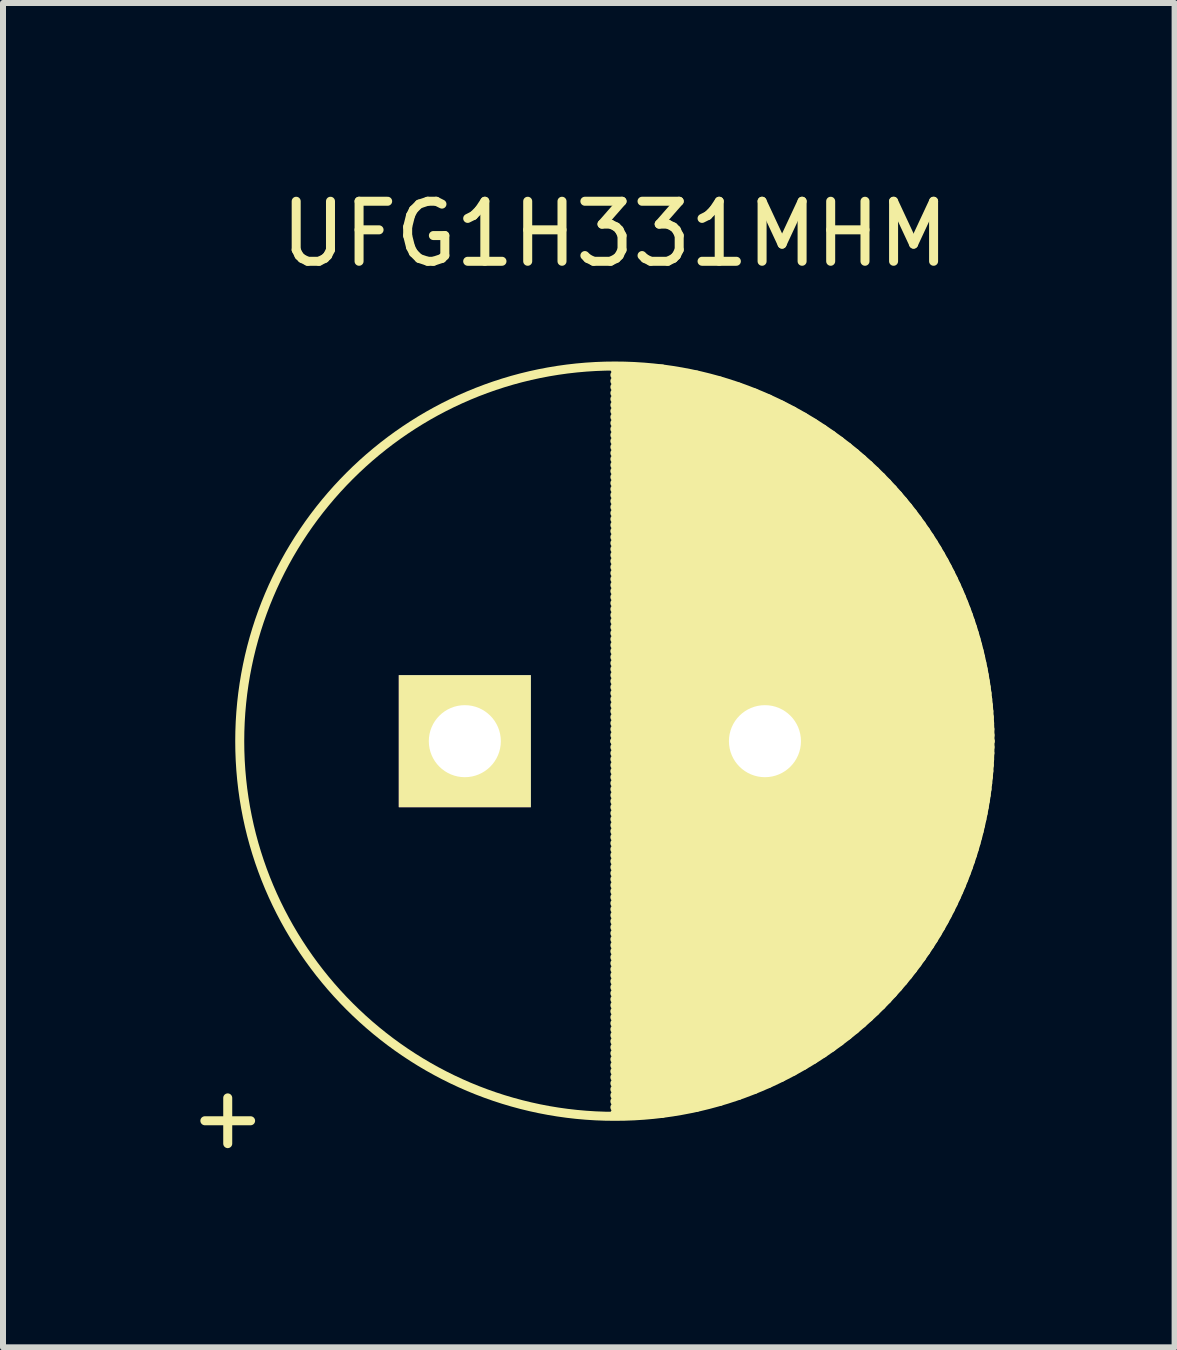
<source format=kicad_pcb>
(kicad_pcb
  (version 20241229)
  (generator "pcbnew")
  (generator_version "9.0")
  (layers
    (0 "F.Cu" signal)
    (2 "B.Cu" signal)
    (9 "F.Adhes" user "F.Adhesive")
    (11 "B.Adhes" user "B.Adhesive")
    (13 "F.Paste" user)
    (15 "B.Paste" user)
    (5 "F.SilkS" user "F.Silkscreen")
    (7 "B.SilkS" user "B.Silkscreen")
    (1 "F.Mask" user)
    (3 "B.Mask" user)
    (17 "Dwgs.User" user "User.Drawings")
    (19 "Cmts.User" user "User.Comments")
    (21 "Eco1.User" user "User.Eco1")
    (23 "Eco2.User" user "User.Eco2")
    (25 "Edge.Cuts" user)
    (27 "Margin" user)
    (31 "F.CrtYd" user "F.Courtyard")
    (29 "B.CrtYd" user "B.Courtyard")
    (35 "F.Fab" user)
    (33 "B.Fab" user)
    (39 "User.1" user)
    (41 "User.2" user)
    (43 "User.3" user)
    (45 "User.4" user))
  (footprint "UFG1H331MHM"
    (layer "F.Cu")
    (at 4.694 9.298)
    (property "Reference" "UFG1H331MHM" (at 2.5 -8.45 0) (layer "F.SilkS") (effects (font (size 1 1) (thickness 0.15))))
    (attr through_hole)
    (fp_line (start 2.5 -6.2) (end 3.289 -6.2) (stroke (width 0.15) (type solid)) (layer "F.SilkS"))
    (fp_line (start 2.5 -6.1) (end 3.861 -6.1) (stroke (width 0.15) (type solid)) (layer "F.SilkS"))
    (fp_line (start 2.5 -6) (end 4.25 -6) (stroke (width 0.15) (type solid)) (layer "F.SilkS"))
    (fp_line (start 2.5 -5.9) (end 4.562 -5.9) (stroke (width 0.15) (type solid)) (layer "F.SilkS"))
    (fp_line (start 2.5 -5.8) (end 4.829 -5.8) (stroke (width 0.15) (type solid)) (layer "F.SilkS"))
    (fp_line (start 2.5 -5.7) (end 5.064 -5.7) (stroke (width 0.15) (type solid)) (layer "F.SilkS"))
    (fp_line (start 2.5 -5.6) (end 5.275 -5.6) (stroke (width 0.15) (type solid)) (layer "F.SilkS"))
    (fp_line (start 2.5 -5.5) (end 5.469 -5.5) (stroke (width 0.15) (type solid)) (layer "F.SilkS"))
    (fp_line (start 2.5 -5.4) (end 5.647 -5.4) (stroke (width 0.15) (type solid)) (layer "F.SilkS"))
    (fp_line (start 2.5 -5.3) (end 5.812 -5.3) (stroke (width 0.15) (type solid)) (layer "F.SilkS"))
    (fp_line (start 2.5 -5.2) (end 5.967 -5.2) (stroke (width 0.15) (type solid)) (layer "F.SilkS"))
    (fp_line (start 2.5 -5.1) (end 6.113 -5.1) (stroke (width 0.15) (type solid)) (layer "F.SilkS"))
    (fp_line (start 2.5 -5) (end 6.25 -5) (stroke (width 0.15) (type solid)) (layer "F.SilkS"))
    (fp_line (start 2.5 -4.9) (end 6.38 -4.9) (stroke (width 0.15) (type solid)) (layer "F.SilkS"))
    (fp_line (start 2.5 -4.8) (end 6.503 -4.8) (stroke (width 0.15) (type solid)) (layer "F.SilkS"))
    (fp_line (start 2.5 -4.7) (end 6.62 -4.7) (stroke (width 0.15) (type solid)) (layer "F.SilkS"))
    (fp_line (start 2.5 -4.6) (end 6.731 -4.6) (stroke (width 0.15) (type solid)) (layer "F.SilkS"))
    (fp_line (start 2.5 -4.5) (end 6.837 -4.5) (stroke (width 0.15) (type solid)) (layer "F.SilkS"))
    (fp_line (start 2.5 -4.4) (end 6.939 -4.4) (stroke (width 0.15) (type solid)) (layer "F.SilkS"))
    (fp_line (start 2.5 -4.3) (end 7.036 -4.3) (stroke (width 0.15) (type solid)) (layer "F.SilkS"))
    (fp_line (start 2.5 -4.2) (end 7.128 -4.2) (stroke (width 0.15) (type solid)) (layer "F.SilkS"))
    (fp_line (start 2.5 -4.1) (end 7.217 -4.1) (stroke (width 0.15) (type solid)) (layer "F.SilkS"))
    (fp_line (start 2.5 -4) (end 7.302 -4) (stroke (width 0.15) (type solid)) (layer "F.SilkS"))
    (fp_line (start 2.5 -3.9) (end 7.384 -3.9) (stroke (width 0.15) (type solid)) (layer "F.SilkS"))
    (fp_line (start 2.5 -3.8) (end 7.462 -3.8) (stroke (width 0.15) (type solid)) (layer "F.SilkS"))
    (fp_line (start 2.5 -3.7) (end 7.537 -3.7) (stroke (width 0.15) (type solid)) (layer "F.SilkS"))
    (fp_line (start 2.5 -3.6) (end 7.609 -3.6) (stroke (width 0.15) (type solid)) (layer "F.SilkS"))
    (fp_line (start 2.5 -3.5) (end 7.678 -3.5) (stroke (width 0.15) (type solid)) (layer "F.SilkS"))
    (fp_line (start 2.5 -3.4) (end 7.744 -3.4) (stroke (width 0.15) (type solid)) (layer "F.SilkS"))
    (fp_line (start 2.5 -3.3) (end 7.808 -3.3) (stroke (width 0.15) (type solid)) (layer "F.SilkS"))
    (fp_line (start 2.5 -3.2) (end 7.869 -3.2) (stroke (width 0.15) (type solid)) (layer "F.SilkS"))
    (fp_line (start 2.5 -3.1) (end 7.927 -3.1) (stroke (width 0.15) (type solid)) (layer "F.SilkS"))
    (fp_line (start 2.5 -3) (end 7.983 -3) (stroke (width 0.15) (type solid)) (layer "F.SilkS"))
    (fp_line (start 2.5 -2.9) (end 8.036 -2.9) (stroke (width 0.15) (type solid)) (layer "F.SilkS"))
    (fp_line (start 2.5 -2.8) (end 8.088 -2.8) (stroke (width 0.15) (type solid)) (layer "F.SilkS"))
    (fp_line (start 2.5 -2.7) (end 8.137 -2.7) (stroke (width 0.15) (type solid)) (layer "F.SilkS"))
    (fp_line (start 2.5 -2.6) (end 8.184 -2.6) (stroke (width 0.15) (type solid)) (layer "F.SilkS"))
    (fp_line (start 2.5 -2.5) (end 8.228 -2.5) (stroke (width 0.15) (type solid)) (layer "F.SilkS"))
    (fp_line (start 2.5 -2.4) (end 8.271 -2.4) (stroke (width 0.15) (type solid)) (layer "F.SilkS"))
    (fp_line (start 2.5 -2.3) (end 8.311 -2.3) (stroke (width 0.15) (type solid)) (layer "F.SilkS"))
    (fp_line (start 2.5 -2.2) (end 8.35 -2.2) (stroke (width 0.15) (type solid)) (layer "F.SilkS"))
    (fp_line (start 2.5 -2.1) (end 8.387 -2.1) (stroke (width 0.15) (type solid)) (layer "F.SilkS"))
    (fp_line (start 2.5 -2) (end 8.421 -2) (stroke (width 0.15) (type solid)) (layer "F.SilkS"))
    (fp_line (start 2.5 -1.9) (end 8.454 -1.9) (stroke (width 0.15) (type solid)) (layer "F.SilkS"))
    (fp_line (start 2.5 -1.8) (end 8.485 -1.8) (stroke (width 0.15) (type solid)) (layer "F.SilkS"))
    (fp_line (start 2.5 -1.7) (end 8.514 -1.7) (stroke (width 0.15) (type solid)) (layer "F.SilkS"))
    (fp_line (start 2.5 -1.6) (end 8.542 -1.6) (stroke (width 0.15) (type solid)) (layer "F.SilkS"))
    (fp_line (start 2.5 -1.5) (end 8.567 -1.5) (stroke (width 0.15) (type solid)) (layer "F.SilkS"))
    (fp_line (start 2.5 -1.4) (end 8.591 -1.4) (stroke (width 0.15) (type solid)) (layer "F.SilkS"))
    (fp_line (start 2.5 -1.3) (end 8.613 -1.3) (stroke (width 0.15) (type solid)) (layer "F.SilkS"))
    (fp_line (start 2.5 -1.2) (end 8.634 -1.2) (stroke (width 0.15) (type solid)) (layer "F.SilkS"))
    (fp_line (start 2.5 -1.1) (end 8.652 -1.1) (stroke (width 0.15) (type solid)) (layer "F.SilkS"))
    (fp_line (start 2.5 -1) (end 8.669 -1) (stroke (width 0.15) (type solid)) (layer "F.SilkS"))
    (fp_line (start 2.5 -0.9) (end 8.685 -0.9) (stroke (width 0.15) (type solid)) (layer "F.SilkS"))
    (fp_line (start 2.5 -0.8) (end 8.699 -0.8) (stroke (width 0.15) (type solid)) (layer "F.SilkS"))
    (fp_line (start 2.5 -0.7) (end 8.711 -0.7) (stroke (width 0.15) (type solid)) (layer "F.SilkS"))
    (fp_line (start 2.5 -0.6) (end 8.721 -0.6) (stroke (width 0.15) (type solid)) (layer "F.SilkS"))
    (fp_line (start 2.5 -0.5) (end 8.73 -0.5) (stroke (width 0.15) (type solid)) (layer "F.SilkS"))
    (fp_line (start 2.5 -0.4) (end 8.737 -0.4) (stroke (width 0.15) (type solid)) (layer "F.SilkS"))
    (fp_line (start 2.5 -0.3) (end 8.743 -0.3) (stroke (width 0.15) (type solid)) (layer "F.SilkS"))
    (fp_line (start 2.5 -0.2) (end 8.747 -0.2) (stroke (width 0.15) (type solid)) (layer "F.SilkS"))
    (fp_line (start 2.5 -0.1) (end 8.749 -0.1) (stroke (width 0.15) (type solid)) (layer "F.SilkS"))
    (fp_line (start 2.5 0) (end 8.75 0) (stroke (width 0.15) (type solid)) (layer "F.SilkS"))
    (fp_line (start 2.5 0) (end 8.75 0) (stroke (width 0.15) (type solid)) (layer "F.SilkS"))
    (fp_line (start 2.5 0.1) (end 8.749 0.1) (stroke (width 0.15) (type solid)) (layer "F.SilkS"))
    (fp_line (start 2.5 0.2) (end 8.747 0.2) (stroke (width 0.15) (type solid)) (layer "F.SilkS"))
    (fp_line (start 2.5 0.3) (end 8.743 0.3) (stroke (width 0.15) (type solid)) (layer "F.SilkS"))
    (fp_line (start 2.5 0.4) (end 8.737 0.4) (stroke (width 0.15) (type solid)) (layer "F.SilkS"))
    (fp_line (start 2.5 0.5) (end 8.73 0.5) (stroke (width 0.15) (type solid)) (layer "F.SilkS"))
    (fp_line (start 2.5 0.6) (end 8.721 0.6) (stroke (width 0.15) (type solid)) (layer "F.SilkS"))
    (fp_line (start 2.5 0.7) (end 8.711 0.7) (stroke (width 0.15) (type solid)) (layer "F.SilkS"))
    (fp_line (start 2.5 0.8) (end 8.699 0.8) (stroke (width 0.15) (type solid)) (layer "F.SilkS"))
    (fp_line (start 2.5 0.9) (end 8.685 0.9) (stroke (width 0.15) (type solid)) (layer "F.SilkS"))
    (fp_line (start 2.5 1) (end 8.669 1) (stroke (width 0.15) (type solid)) (layer "F.SilkS"))
    (fp_line (start 2.5 1.1) (end 8.652 1.1) (stroke (width 0.15) (type solid)) (layer "F.SilkS"))
    (fp_line (start 2.5 1.2) (end 8.634 1.2) (stroke (width 0.15) (type solid)) (layer "F.SilkS"))
    (fp_line (start 2.5 1.3) (end 8.613 1.3) (stroke (width 0.15) (type solid)) (layer "F.SilkS"))
    (fp_line (start 2.5 1.4) (end 8.591 1.4) (stroke (width 0.15) (type solid)) (layer "F.SilkS"))
    (fp_line (start 2.5 1.5) (end 8.567 1.5) (stroke (width 0.15) (type solid)) (layer "F.SilkS"))
    (fp_line (start 2.5 1.6) (end 8.542 1.6) (stroke (width 0.15) (type solid)) (layer "F.SilkS"))
    (fp_line (start 2.5 1.7) (end 8.514 1.7) (stroke (width 0.15) (type solid)) (layer "F.SilkS"))
    (fp_line (start 2.5 1.8) (end 8.485 1.8) (stroke (width 0.15) (type solid)) (layer "F.SilkS"))
    (fp_line (start 2.5 1.9) (end 8.454 1.9) (stroke (width 0.15) (type solid)) (layer "F.SilkS"))
    (fp_line (start 2.5 2) (end 8.421 2) (stroke (width 0.15) (type solid)) (layer "F.SilkS"))
    (fp_line (start 2.5 2.1) (end 8.387 2.1) (stroke (width 0.15) (type solid)) (layer "F.SilkS"))
    (fp_line (start 2.5 2.2) (end 8.35 2.2) (stroke (width 0.15) (type solid)) (layer "F.SilkS"))
    (fp_line (start 2.5 2.3) (end 8.311 2.3) (stroke (width 0.15) (type solid)) (layer "F.SilkS"))
    (fp_line (start 2.5 2.4) (end 8.271 2.4) (stroke (width 0.15) (type solid)) (layer "F.SilkS"))
    (fp_line (start 2.5 2.5) (end 8.228 2.5) (stroke (width 0.15) (type solid)) (layer "F.SilkS"))
    (fp_line (start 2.5 2.6) (end 8.184 2.6) (stroke (width 0.15) (type solid)) (layer "F.SilkS"))
    (fp_line (start 2.5 2.7) (end 8.137 2.7) (stroke (width 0.15) (type solid)) (layer "F.SilkS"))
    (fp_line (start 2.5 2.8) (end 8.088 2.8) (stroke (width 0.15) (type solid)) (layer "F.SilkS"))
    (fp_line (start 2.5 2.9) (end 8.036 2.9) (stroke (width 0.15) (type solid)) (layer "F.SilkS"))
    (fp_line (start 2.5 3) (end 7.983 3) (stroke (width 0.15) (type solid)) (layer "F.SilkS"))
    (fp_line (start 2.5 3.1) (end 7.927 3.1) (stroke (width 0.15) (type solid)) (layer "F.SilkS"))
    (fp_line (start 2.5 3.2) (end 7.869 3.2) (stroke (width 0.15) (type solid)) (layer "F.SilkS"))
    (fp_line (start 2.5 3.3) (end 7.808 3.3) (stroke (width 0.15) (type solid)) (layer "F.SilkS"))
    (fp_line (start 2.5 3.4) (end 7.744 3.4) (stroke (width 0.15) (type solid)) (layer "F.SilkS"))
    (fp_line (start 2.5 3.5) (end 7.678 3.5) (stroke (width 0.15) (type solid)) (layer "F.SilkS"))
    (fp_line (start 2.5 3.6) (end 7.609 3.6) (stroke (width 0.15) (type solid)) (layer "F.SilkS"))
    (fp_line (start 2.5 3.7) (end 7.537 3.7) (stroke (width 0.15) (type solid)) (layer "F.SilkS"))
    (fp_line (start 2.5 3.8) (end 7.462 3.8) (stroke (width 0.15) (type solid)) (layer "F.SilkS"))
    (fp_line (start 2.5 3.9) (end 7.384 3.9) (stroke (width 0.15) (type solid)) (layer "F.SilkS"))
    (fp_line (start 2.5 4) (end 7.302 4) (stroke (width 0.15) (type solid)) (layer "F.SilkS"))
    (fp_line (start 2.5 4.1) (end 7.217 4.1) (stroke (width 0.15) (type solid)) (layer "F.SilkS"))
    (fp_line (start 2.5 4.2) (end 7.128 4.2) (stroke (width 0.15) (type solid)) (layer "F.SilkS"))
    (fp_line (start 2.5 4.3) (end 7.036 4.3) (stroke (width 0.15) (type solid)) (layer "F.SilkS"))
    (fp_line (start 2.5 4.4) (end 6.939 4.4) (stroke (width 0.15) (type solid)) (layer "F.SilkS"))
    (fp_line (start 2.5 4.5) (end 6.837 4.5) (stroke (width 0.15) (type solid)) (layer "F.SilkS"))
    (fp_line (start 2.5 4.6) (end 6.731 4.6) (stroke (width 0.15) (type solid)) (layer "F.SilkS"))
    (fp_line (start 2.5 4.7) (end 6.62 4.7) (stroke (width 0.15) (type solid)) (layer "F.SilkS"))
    (fp_line (start 2.5 4.8) (end 6.503 4.8) (stroke (width 0.15) (type solid)) (layer "F.SilkS"))
    (fp_line (start 2.5 4.9) (end 6.38 4.9) (stroke (width 0.15) (type solid)) (layer "F.SilkS"))
    (fp_line (start 2.5 5) (end 6.25 5) (stroke (width 0.15) (type solid)) (layer "F.SilkS"))
    (fp_line (start 2.5 5.1) (end 6.113 5.1) (stroke (width 0.15) (type solid)) (layer "F.SilkS"))
    (fp_line (start 2.5 5.2) (end 5.967 5.2) (stroke (width 0.15) (type solid)) (layer "F.SilkS"))
    (fp_line (start 2.5 5.3) (end 5.812 5.3) (stroke (width 0.15) (type solid)) (layer "F.SilkS"))
    (fp_line (start 2.5 5.4) (end 5.647 5.4) (stroke (width 0.15) (type solid)) (layer "F.SilkS"))
    (fp_line (start 2.5 5.5) (end 5.469 5.5) (stroke (width 0.15) (type solid)) (layer "F.SilkS"))
    (fp_line (start 2.5 5.6) (end 5.275 5.6) (stroke (width 0.15) (type solid)) (layer "F.SilkS"))
    (fp_line (start 2.5 5.7) (end 5.064 5.7) (stroke (width 0.15) (type solid)) (layer "F.SilkS"))
    (fp_line (start 2.5 5.8) (end 4.829 5.8) (stroke (width 0.15) (type solid)) (layer "F.SilkS"))
    (fp_line (start 2.5 5.9) (end 4.562 5.9) (stroke (width 0.15) (type solid)) (layer "F.SilkS"))
    (fp_line (start 2.5 6) (end 4.25 6) (stroke (width 0.15) (type solid)) (layer "F.SilkS"))
    (fp_line (start 2.5 6.1) (end 3.861 6.1) (stroke (width 0.15) (type solid)) (layer "F.SilkS"))
    (fp_line (start 2.5 6.2) (end 3.289 6.2) (stroke (width 0.15) (type solid)) (layer "F.SilkS"))
    (fp_circle (center 2.5 0) (end 2.5 -6.25) (stroke (width 0.15) (type solid)) (fill no) (layer "F.SilkS"))
    (fp_text user "+" (at -3.95 6.25 0) (layer "F.SilkS") (effects (font (size 1 1) (thickness 0.15))))
    (pad "1" thru_hole rect (at 0 0) (size 2.2 2.2) (drill 1.2) (layers "*.Cu" "*.Mask" "F.SilkS"))
    (pad "2" thru_hole circle (at 5 0) (size 2.2 2.2) (drill 1.2) (layers "*.Cu" "*.Mask" "F.SilkS")))
  (gr_rect
    (start -3 -3)
    (end 16.519 19.396)
    (stroke (width 0.1) (type default))
    (fill no)
    (layer "Edge.Cuts")))
</source>
